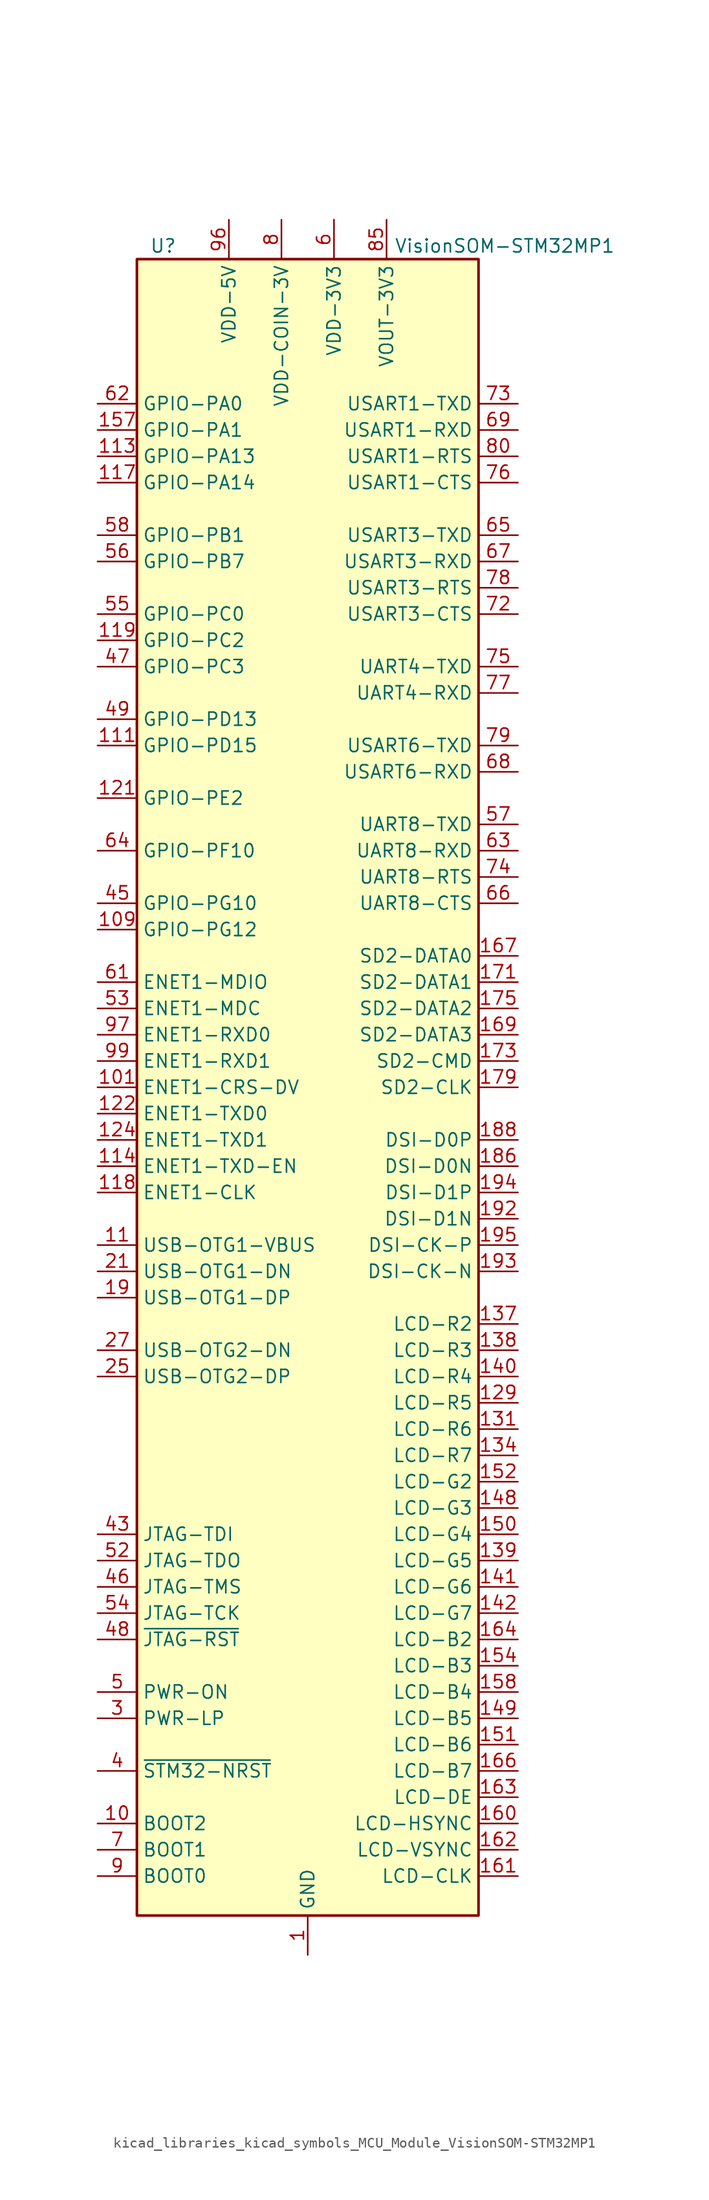
<source format=kicad_sym>
(kicad_symbol_lib
  (version 20220914)
  (generator kicad_symbol_editor)
  (symbol "kicad_libraries_kicad_symbols_MCU_Module_VisionSOM-STM32MP1"
    (property "Reference" "U"
      (at -13.97 81.28 0)
      (effects (font (size 1.27 1.27))))
    (property "Value" "VisionSOM-STM32MP1"
      (at 19.05 81.28 0)
      (effects (font (size 1.27 1.27))))
    (symbol "kicad_libraries_kicad_symbols_MCU_Module_VisionSOM-STM32MP1_0_1"
      (rectangle (start -16.51 80.01) (end 16.51 -80.01) (stroke (width 0.254) (type default)) (fill (type background))))
    (symbol "kicad_libraries_kicad_symbols_MCU_Module_VisionSOM-STM32MP1_1_1"
      (pin power_in line (at 0 -83.82 90) (length 3.81) (name "GND" (effects (font (size 1.27 1.27)))) (number "1" (effects (font (size 1.27 1.27)))))
      (pin input line (at -20.32 -71.12 0) (length 3.81) (name "BOOT2" (effects (font (size 1.27 1.27)))) (number "10" (effects (font (size 1.27 1.27)))))
      (pin passive line (at -7.62 83.82 270) (length 3.81) hide (name "VDD-5V" (effects (font (size 1.27 1.27)))) (number "100" (effects (font (size 1.27 1.27)))))
      (pin bidirectional line (at -20.32 0 0) (length 3.81) (name "ENET1-CRS-DV" (effects (font (size 1.27 1.27)))) (number "101" (effects (font (size 1.27 1.27)))))
      (pin passive line (at -7.62 83.82 270) (length 3.81) hide (name "VDD-5V" (effects (font (size 1.27 1.27)))) (number "102" (effects (font (size 1.27 1.27)))))
      (pin passive line (at 0 -83.82 90) (length 3.81) hide (name "GND" (effects (font (size 1.27 1.27)))) (number "103" (effects (font (size 1.27 1.27)))))
      (pin passive line (at -7.62 83.82 270) (length 3.81) hide (name "VDD-5V" (effects (font (size 1.27 1.27)))) (number "104" (effects (font (size 1.27 1.27)))))
      (pin no_connect line (at 15.24 73.66 180) (length 3.81) hide (name "NC" (effects (font (size 1.27 1.27)))) (number "105" (effects (font (size 1.27 1.27)))))
      (pin passive line (at -7.62 83.82 270) (length 3.81) hide (name "VDD-5V" (effects (font (size 1.27 1.27)))) (number "106" (effects (font (size 1.27 1.27)))))
      (pin passive line (at 0 -83.82 90) (length 3.81) hide (name "GND" (effects (font (size 1.27 1.27)))) (number "107" (effects (font (size 1.27 1.27)))))
      (pin passive line (at -7.62 83.82 270) (length 3.81) hide (name "VDD-5V" (effects (font (size 1.27 1.27)))) (number "108" (effects (font (size 1.27 1.27)))))
      (pin bidirectional line (at -20.32 15.24 0) (length 3.81) (name "GPIO-PG12" (effects (font (size 1.27 1.27)))) (number "109" (effects (font (size 1.27 1.27)))))
      (pin input line (at -20.32 -15.24 0) (length 3.81) (name "USB-OTG1-VBUS" (effects (font (size 1.27 1.27)))) (number "11" (effects (font (size 1.27 1.27)))))
      (pin passive line (at -7.62 83.82 270) (length 3.81) hide (name "VDD-5V" (effects (font (size 1.27 1.27)))) (number "110" (effects (font (size 1.27 1.27)))))
      (pin bidirectional line (at -20.32 33.02 0) (length 3.81) (name "GPIO-PD15" (effects (font (size 1.27 1.27)))) (number "111" (effects (font (size 1.27 1.27)))))
      (pin passive line (at -7.62 83.82 270) (length 3.81) hide (name "VDD-5V" (effects (font (size 1.27 1.27)))) (number "112" (effects (font (size 1.27 1.27)))))
      (pin bidirectional line (at -20.32 60.96 0) (length 3.81) (name "GPIO-PA13" (effects (font (size 1.27 1.27)))) (number "113" (effects (font (size 1.27 1.27)))))
      (pin bidirectional line (at -20.32 -7.62 0) (length 3.81) (name "ENET1-TXD-EN" (effects (font (size 1.27 1.27)))) (number "114" (effects (font (size 1.27 1.27)))))
      (pin passive line (at 0 -83.82 90) (length 3.81) hide (name "GND" (effects (font (size 1.27 1.27)))) (number "115" (effects (font (size 1.27 1.27)))))
      (pin passive line (at 0 -83.82 90) (length 3.81) hide (name "GND" (effects (font (size 1.27 1.27)))) (number "116" (effects (font (size 1.27 1.27)))))
      (pin bidirectional line (at -20.32 58.42 0) (length 3.81) (name "GPIO-PA14" (effects (font (size 1.27 1.27)))) (number "117" (effects (font (size 1.27 1.27)))))
      (pin bidirectional line (at -20.32 -10.16 0) (length 3.81) (name "ENET1-CLK" (effects (font (size 1.27 1.27)))) (number "118" (effects (font (size 1.27 1.27)))))
      (pin bidirectional line (at -20.32 43.18 0) (length 3.81) (name "GPIO-PC2" (effects (font (size 1.27 1.27)))) (number "119" (effects (font (size 1.27 1.27)))))
      (pin no_connect line (at -15.24 73.66 0) (length 3.81) hide (name "NC" (effects (font (size 1.27 1.27)))) (number "12" (effects (font (size 1.27 1.27)))))
      (pin passive line (at 0 -83.82 90) (length 3.81) hide (name "GND" (effects (font (size 1.27 1.27)))) (number "120" (effects (font (size 1.27 1.27)))))
      (pin bidirectional line (at -20.32 27.94 0) (length 3.81) (name "GPIO-PE2" (effects (font (size 1.27 1.27)))) (number "121" (effects (font (size 1.27 1.27)))))
      (pin bidirectional line (at -20.32 -2.54 0) (length 3.81) (name "ENET1-TXD0" (effects (font (size 1.27 1.27)))) (number "122" (effects (font (size 1.27 1.27)))))
      (pin no_connect line (at 15.24 71.12 180) (length 3.81) hide (name "NC" (effects (font (size 1.27 1.27)))) (number "123" (effects (font (size 1.27 1.27)))))
      (pin bidirectional line (at -20.32 -5.08 0) (length 3.81) (name "ENET1-TXD1" (effects (font (size 1.27 1.27)))) (number "124" (effects (font (size 1.27 1.27)))))
      (pin passive line (at 0 -83.82 90) (length 3.81) hide (name "GND" (effects (font (size 1.27 1.27)))) (number "125" (effects (font (size 1.27 1.27)))))
      (pin no_connect line (at 15.24 68.58 180) (length 3.81) hide (name "NC" (effects (font (size 1.27 1.27)))) (number "126" (effects (font (size 1.27 1.27)))))
      (pin passive line (at 0 -83.82 90) (length 3.81) hide (name "GND" (effects (font (size 1.27 1.27)))) (number "127" (effects (font (size 1.27 1.27)))))
      (pin passive line (at 0 -83.82 90) (length 3.81) hide (name "GND" (effects (font (size 1.27 1.27)))) (number "128" (effects (font (size 1.27 1.27)))))
      (pin bidirectional line (at 20.32 -30.48 180) (length 3.81) (name "LCD-R5" (effects (font (size 1.27 1.27)))) (number "129" (effects (font (size 1.27 1.27)))))
      (pin no_connect line (at -15.24 71.12 0) (length 3.81) hide (name "NC" (effects (font (size 1.27 1.27)))) (number "13" (effects (font (size 1.27 1.27)))))
      (pin passive line (at 0 -83.82 90) (length 3.81) hide (name "GND" (effects (font (size 1.27 1.27)))) (number "130" (effects (font (size 1.27 1.27)))))
      (pin bidirectional line (at 20.32 -33.02 180) (length 3.81) (name "LCD-R6" (effects (font (size 1.27 1.27)))) (number "131" (effects (font (size 1.27 1.27)))))
      (pin passive line (at 0 -83.82 90) (length 3.81) hide (name "GND" (effects (font (size 1.27 1.27)))) (number "132" (effects (font (size 1.27 1.27)))))
      (pin passive line (at 0 -83.82 90) (length 3.81) hide (name "GND" (effects (font (size 1.27 1.27)))) (number "133" (effects (font (size 1.27 1.27)))))
      (pin bidirectional line (at 20.32 -35.56 180) (length 3.81) (name "LCD-R7" (effects (font (size 1.27 1.27)))) (number "134" (effects (font (size 1.27 1.27)))))
      (pin passive line (at 0 -83.82 90) (length 3.81) hide (name "GND" (effects (font (size 1.27 1.27)))) (number "135" (effects (font (size 1.27 1.27)))))
      (pin passive line (at 0 -83.82 90) (length 3.81) hide (name "GND" (effects (font (size 1.27 1.27)))) (number "136" (effects (font (size 1.27 1.27)))))
      (pin bidirectional line (at 20.32 -22.86 180) (length 3.81) (name "LCD-R2" (effects (font (size 1.27 1.27)))) (number "137" (effects (font (size 1.27 1.27)))))
      (pin bidirectional line (at 20.32 -25.4 180) (length 3.81) (name "LCD-R3" (effects (font (size 1.27 1.27)))) (number "138" (effects (font (size 1.27 1.27)))))
      (pin bidirectional line (at 20.32 -45.72 180) (length 3.81) (name "LCD-G5" (effects (font (size 1.27 1.27)))) (number "139" (effects (font (size 1.27 1.27)))))
      (pin no_connect line (at -15.24 68.58 0) (length 3.81) hide (name "NC" (effects (font (size 1.27 1.27)))) (number "14" (effects (font (size 1.27 1.27)))))
      (pin bidirectional line (at 20.32 -27.94 180) (length 3.81) (name "LCD-R4" (effects (font (size 1.27 1.27)))) (number "140" (effects (font (size 1.27 1.27)))))
      (pin bidirectional line (at 20.32 -48.26 180) (length 3.81) (name "LCD-G6" (effects (font (size 1.27 1.27)))) (number "141" (effects (font (size 1.27 1.27)))))
      (pin bidirectional line (at 20.32 -50.8 180) (length 3.81) (name "LCD-G7" (effects (font (size 1.27 1.27)))) (number "142" (effects (font (size 1.27 1.27)))))
      (pin passive line (at 0 -83.82 90) (length 3.81) hide (name "GND" (effects (font (size 1.27 1.27)))) (number "143" (effects (font (size 1.27 1.27)))))
      (pin passive line (at 0 -83.82 90) (length 3.81) hide (name "GND" (effects (font (size 1.27 1.27)))) (number "144" (effects (font (size 1.27 1.27)))))
      (pin passive line (at 0 -83.82 90) (length 3.81) hide (name "GND" (effects (font (size 1.27 1.27)))) (number "145" (effects (font (size 1.27 1.27)))))
      (pin passive line (at 0 -83.82 90) (length 3.81) hide (name "GND" (effects (font (size 1.27 1.27)))) (number "146" (effects (font (size 1.27 1.27)))))
      (pin passive line (at 0 -83.82 90) (length 3.81) hide (name "GND" (effects (font (size 1.27 1.27)))) (number "147" (effects (font (size 1.27 1.27)))))
      (pin bidirectional line (at 20.32 -40.64 180) (length 3.81) (name "LCD-G3" (effects (font (size 1.27 1.27)))) (number "148" (effects (font (size 1.27 1.27)))))
      (pin bidirectional line (at 20.32 -60.96 180) (length 3.81) (name "LCD-B5" (effects (font (size 1.27 1.27)))) (number "149" (effects (font (size 1.27 1.27)))))
      (pin passive line (at 0 -83.82 90) (length 3.81) hide (name "GND" (effects (font (size 1.27 1.27)))) (number "15" (effects (font (size 1.27 1.27)))))
      (pin bidirectional line (at 20.32 -43.18 180) (length 3.81) (name "LCD-G4" (effects (font (size 1.27 1.27)))) (number "150" (effects (font (size 1.27 1.27)))))
      (pin bidirectional line (at 20.32 -63.5 180) (length 3.81) (name "LCD-B6" (effects (font (size 1.27 1.27)))) (number "151" (effects (font (size 1.27 1.27)))))
      (pin bidirectional line (at 20.32 -38.1 180) (length 3.81) (name "LCD-G2" (effects (font (size 1.27 1.27)))) (number "152" (effects (font (size 1.27 1.27)))))
      (pin passive line (at 0 -83.82 90) (length 3.81) hide (name "GND" (effects (font (size 1.27 1.27)))) (number "153" (effects (font (size 1.27 1.27)))))
      (pin bidirectional line (at 20.32 -55.88 180) (length 3.81) (name "LCD-B3" (effects (font (size 1.27 1.27)))) (number "154" (effects (font (size 1.27 1.27)))))
      (pin passive line (at 0 -83.82 90) (length 3.81) hide (name "GND" (effects (font (size 1.27 1.27)))) (number "155" (effects (font (size 1.27 1.27)))))
      (pin passive line (at 0 -83.82 90) (length 3.81) hide (name "GND" (effects (font (size 1.27 1.27)))) (number "156" (effects (font (size 1.27 1.27)))))
      (pin bidirectional line (at -20.32 63.5 0) (length 3.81) (name "GPIO-PA1" (effects (font (size 1.27 1.27)))) (number "157" (effects (font (size 1.27 1.27)))))
      (pin bidirectional line (at 20.32 -58.42 180) (length 3.81) (name "LCD-B4" (effects (font (size 1.27 1.27)))) (number "158" (effects (font (size 1.27 1.27)))))
      (pin passive line (at 0 -83.82 90) (length 3.81) hide (name "GND" (effects (font (size 1.27 1.27)))) (number "159" (effects (font (size 1.27 1.27)))))
      (pin no_connect line (at -15.24 55.88 0) (length 3.81) hide (name "NC" (effects (font (size 1.27 1.27)))) (number "16" (effects (font (size 1.27 1.27)))))
      (pin bidirectional line (at 20.32 -71.12 180) (length 3.81) (name "LCD-HSYNC" (effects (font (size 1.27 1.27)))) (number "160" (effects (font (size 1.27 1.27)))))
      (pin bidirectional line (at 20.32 -76.2 180) (length 3.81) (name "LCD-CLK" (effects (font (size 1.27 1.27)))) (number "161" (effects (font (size 1.27 1.27)))))
      (pin bidirectional line (at 20.32 -73.66 180) (length 3.81) (name "LCD-VSYNC" (effects (font (size 1.27 1.27)))) (number "162" (effects (font (size 1.27 1.27)))))
      (pin bidirectional line (at 20.32 -68.58 180) (length 3.81) (name "LCD-DE" (effects (font (size 1.27 1.27)))) (number "163" (effects (font (size 1.27 1.27)))))
      (pin bidirectional line (at 20.32 -53.34 180) (length 3.81) (name "LCD-B2" (effects (font (size 1.27 1.27)))) (number "164" (effects (font (size 1.27 1.27)))))
      (pin passive line (at 0 -83.82 90) (length 3.81) hide (name "GND" (effects (font (size 1.27 1.27)))) (number "165" (effects (font (size 1.27 1.27)))))
      (pin bidirectional line (at 20.32 -66.04 180) (length 3.81) (name "LCD-B7" (effects (font (size 1.27 1.27)))) (number "166" (effects (font (size 1.27 1.27)))))
      (pin bidirectional line (at 20.32 12.7 180) (length 3.81) (name "SD2-DATA0" (effects (font (size 1.27 1.27)))) (number "167" (effects (font (size 1.27 1.27)))))
      (pin passive line (at 0 -83.82 90) (length 3.81) hide (name "GND" (effects (font (size 1.27 1.27)))) (number "168" (effects (font (size 1.27 1.27)))))
      (pin bidirectional line (at 20.32 5.08 180) (length 3.81) (name "SD2-DATA3" (effects (font (size 1.27 1.27)))) (number "169" (effects (font (size 1.27 1.27)))))
      (pin passive line (at 0 -83.82 90) (length 3.81) hide (name "GND" (effects (font (size 1.27 1.27)))) (number "17" (effects (font (size 1.27 1.27)))))
      (pin passive line (at 0 -83.82 90) (length 3.81) hide (name "GND" (effects (font (size 1.27 1.27)))) (number "170" (effects (font (size 1.27 1.27)))))
      (pin bidirectional line (at 20.32 10.16 180) (length 3.81) (name "SD2-DATA1" (effects (font (size 1.27 1.27)))) (number "171" (effects (font (size 1.27 1.27)))))
      (pin passive line (at 0 -83.82 90) (length 3.81) hide (name "GND" (effects (font (size 1.27 1.27)))) (number "172" (effects (font (size 1.27 1.27)))))
      (pin bidirectional line (at 20.32 2.54 180) (length 3.81) (name "SD2-CMD" (effects (font (size 1.27 1.27)))) (number "173" (effects (font (size 1.27 1.27)))))
      (pin passive line (at 0 -83.82 90) (length 3.81) hide (name "GND" (effects (font (size 1.27 1.27)))) (number "174" (effects (font (size 1.27 1.27)))))
      (pin bidirectional line (at 20.32 7.62 180) (length 3.81) (name "SD2-DATA2" (effects (font (size 1.27 1.27)))) (number "175" (effects (font (size 1.27 1.27)))))
      (pin passive line (at 0 -83.82 90) (length 3.81) hide (name "GND" (effects (font (size 1.27 1.27)))) (number "176" (effects (font (size 1.27 1.27)))))
      (pin passive line (at 0 -83.82 90) (length 3.81) hide (name "GND" (effects (font (size 1.27 1.27)))) (number "177" (effects (font (size 1.27 1.27)))))
      (pin passive line (at 0 -83.82 90) (length 3.81) hide (name "GND" (effects (font (size 1.27 1.27)))) (number "178" (effects (font (size 1.27 1.27)))))
      (pin bidirectional line (at 20.32 0 180) (length 3.81) (name "SD2-CLK" (effects (font (size 1.27 1.27)))) (number "179" (effects (font (size 1.27 1.27)))))
      (pin no_connect line (at -15.24 48.26 0) (length 3.81) hide (name "NC" (effects (font (size 1.27 1.27)))) (number "18" (effects (font (size 1.27 1.27)))))
      (pin passive line (at 0 -83.82 90) (length 3.81) hide (name "GND" (effects (font (size 1.27 1.27)))) (number "180" (effects (font (size 1.27 1.27)))))
      (pin passive line (at 0 -83.82 90) (length 3.81) hide (name "GND" (effects (font (size 1.27 1.27)))) (number "181" (effects (font (size 1.27 1.27)))))
      (pin passive line (at 0 -83.82 90) (length 3.81) hide (name "GND" (effects (font (size 1.27 1.27)))) (number "182" (effects (font (size 1.27 1.27)))))
      (pin no_connect line (at 15.24 55.88 180) (length 3.81) hide (name "NC" (effects (font (size 1.27 1.27)))) (number "183" (effects (font (size 1.27 1.27)))))
      (pin passive line (at 0 -83.82 90) (length 3.81) hide (name "GND" (effects (font (size 1.27 1.27)))) (number "184" (effects (font (size 1.27 1.27)))))
      (pin passive line (at 0 -83.82 90) (length 3.81) hide (name "GND" (effects (font (size 1.27 1.27)))) (number "185" (effects (font (size 1.27 1.27)))))
      (pin bidirectional line (at 20.32 -7.62 180) (length 3.81) (name "DSI-D0N" (effects (font (size 1.27 1.27)))) (number "186" (effects (font (size 1.27 1.27)))))
      (pin no_connect line (at 15.24 43.18 180) (length 3.81) hide (name "NC" (effects (font (size 1.27 1.27)))) (number "187" (effects (font (size 1.27 1.27)))))
      (pin bidirectional line (at 20.32 -5.08 180) (length 3.81) (name "DSI-D0P" (effects (font (size 1.27 1.27)))) (number "188" (effects (font (size 1.27 1.27)))))
      (pin passive line (at 0 -83.82 90) (length 3.81) hide (name "GND" (effects (font (size 1.27 1.27)))) (number "189" (effects (font (size 1.27 1.27)))))
      (pin bidirectional line (at -20.32 -20.32 0) (length 3.81) (name "USB-OTG1-DP" (effects (font (size 1.27 1.27)))) (number "19" (effects (font (size 1.27 1.27)))))
      (pin no_connect line (at 15.24 35.56 180) (length 3.81) hide (name "NC" (effects (font (size 1.27 1.27)))) (number "190" (effects (font (size 1.27 1.27)))))
      (pin no_connect line (at 15.24 27.94 180) (length 3.81) hide (name "NC" (effects (font (size 1.27 1.27)))) (number "191" (effects (font (size 1.27 1.27)))))
      (pin bidirectional line (at 20.32 -12.7 180) (length 3.81) (name "DSI-D1N" (effects (font (size 1.27 1.27)))) (number "192" (effects (font (size 1.27 1.27)))))
      (pin bidirectional line (at 20.32 -17.78 180) (length 3.81) (name "DSI-CK-N" (effects (font (size 1.27 1.27)))) (number "193" (effects (font (size 1.27 1.27)))))
      (pin bidirectional line (at 20.32 -10.16 180) (length 3.81) (name "DSI-D1P" (effects (font (size 1.27 1.27)))) (number "194" (effects (font (size 1.27 1.27)))))
      (pin bidirectional line (at 20.32 -15.24 180) (length 3.81) (name "DSI-CK-P" (effects (font (size 1.27 1.27)))) (number "195" (effects (font (size 1.27 1.27)))))
      (pin no_connect line (at 15.24 15.24 180) (length 3.81) hide (name "NC" (effects (font (size 1.27 1.27)))) (number "196" (effects (font (size 1.27 1.27)))))
      (pin no_connect line (at 15.24 -2.54 180) (length 3.81) hide (name "NC" (effects (font (size 1.27 1.27)))) (number "197" (effects (font (size 1.27 1.27)))))
      (pin no_connect line (at 15.24 -20.32 180) (length 3.81) hide (name "NC" (effects (font (size 1.27 1.27)))) (number "198" (effects (font (size 1.27 1.27)))))
      (pin passive line (at 0 -83.82 90) (length 3.81) hide (name "GND" (effects (font (size 1.27 1.27)))) (number "199" (effects (font (size 1.27 1.27)))))
      (pin passive line (at 0 -83.82 90) (length 3.81) hide (name "GND" (effects (font (size 1.27 1.27)))) (number "2" (effects (font (size 1.27 1.27)))))
      (pin passive line (at 0 -83.82 90) (length 3.81) hide (name "GND" (effects (font (size 1.27 1.27)))) (number "20" (effects (font (size 1.27 1.27)))))
      (pin passive line (at 0 -83.82 90) (length 3.81) hide (name "GND" (effects (font (size 1.27 1.27)))) (number "200" (effects (font (size 1.27 1.27)))))
      (pin bidirectional line (at -20.32 -17.78 0) (length 3.81) (name "USB-OTG1-DN" (effects (font (size 1.27 1.27)))) (number "21" (effects (font (size 1.27 1.27)))))
      (pin passive line (at 0 -83.82 90) (length 3.81) hide (name "GND" (effects (font (size 1.27 1.27)))) (number "22" (effects (font (size 1.27 1.27)))))
      (pin passive line (at 0 -83.82 90) (length 3.81) hide (name "GND" (effects (font (size 1.27 1.27)))) (number "23" (effects (font (size 1.27 1.27)))))
      (pin no_connect line (at -15.24 38.1 0) (length 3.81) hide (name "NC" (effects (font (size 1.27 1.27)))) (number "24" (effects (font (size 1.27 1.27)))))
      (pin bidirectional line (at -20.32 -27.94 0) (length 3.81) (name "USB-OTG2-DP" (effects (font (size 1.27 1.27)))) (number "25" (effects (font (size 1.27 1.27)))))
      (pin passive line (at 0 -83.82 90) (length 3.81) hide (name "GND" (effects (font (size 1.27 1.27)))) (number "26" (effects (font (size 1.27 1.27)))))
      (pin bidirectional line (at -20.32 -25.4 0) (length 3.81) (name "USB-OTG2-DN" (effects (font (size 1.27 1.27)))) (number "27" (effects (font (size 1.27 1.27)))))
      (pin passive line (at 0 -83.82 90) (length 3.81) hide (name "GND" (effects (font (size 1.27 1.27)))) (number "28" (effects (font (size 1.27 1.27)))))
      (pin passive line (at 0 -83.82 90) (length 3.81) hide (name "GND" (effects (font (size 1.27 1.27)))) (number "29" (effects (font (size 1.27 1.27)))))
      (pin output line (at -20.32 -60.96 0) (length 3.81) (name "PWR-LP" (effects (font (size 1.27 1.27)))) (number "3" (effects (font (size 1.27 1.27)))))
      (pin no_connect line (at -15.24 30.48 0) (length 3.81) hide (name "NC" (effects (font (size 1.27 1.27)))) (number "30" (effects (font (size 1.27 1.27)))))
      (pin no_connect line (at -15.24 25.4 0) (length 3.81) hide (name "NC" (effects (font (size 1.27 1.27)))) (number "31" (effects (font (size 1.27 1.27)))))
      (pin no_connect line (at -15.24 20.32 0) (length 3.81) hide (name "NC" (effects (font (size 1.27 1.27)))) (number "32" (effects (font (size 1.27 1.27)))))
      (pin no_connect line (at -15.24 12.7 0) (length 3.81) hide (name "NC" (effects (font (size 1.27 1.27)))) (number "33" (effects (font (size 1.27 1.27)))))
      (pin no_connect line (at -15.24 -12.7 0) (length 3.81) hide (name "NC" (effects (font (size 1.27 1.27)))) (number "34" (effects (font (size 1.27 1.27)))))
      (pin passive line (at 0 -83.82 90) (length 3.81) hide (name "GND" (effects (font (size 1.27 1.27)))) (number "35" (effects (font (size 1.27 1.27)))))
      (pin no_connect line (at -15.24 -22.86 0) (length 3.81) hide (name "NC" (effects (font (size 1.27 1.27)))) (number "36" (effects (font (size 1.27 1.27)))))
      (pin no_connect line (at -15.24 -30.48 0) (length 3.81) hide (name "NC" (effects (font (size 1.27 1.27)))) (number "37" (effects (font (size 1.27 1.27)))))
      (pin passive line (at 0 -83.82 90) (length 3.81) hide (name "GND" (effects (font (size 1.27 1.27)))) (number "38" (effects (font (size 1.27 1.27)))))
      (pin no_connect line (at -15.24 -33.02 0) (length 3.81) hide (name "NC" (effects (font (size 1.27 1.27)))) (number "39" (effects (font (size 1.27 1.27)))))
      (pin input line (at -20.32 -66.04 0) (length 3.81) (name "~{STM32-NRST}" (effects (font (size 1.27 1.27)))) (number "4" (effects (font (size 1.27 1.27)))))
      (pin passive line (at 0 -83.82 90) (length 3.81) hide (name "GND" (effects (font (size 1.27 1.27)))) (number "40" (effects (font (size 1.27 1.27)))))
      (pin passive line (at 0 -83.82 90) (length 3.81) hide (name "GND" (effects (font (size 1.27 1.27)))) (number "41" (effects (font (size 1.27 1.27)))))
      (pin no_connect line (at -15.24 -35.56 0) (length 3.81) hide (name "NC" (effects (font (size 1.27 1.27)))) (number "42" (effects (font (size 1.27 1.27)))))
      (pin bidirectional line (at -20.32 -43.18 0) (length 3.81) (name "JTAG-TDI" (effects (font (size 1.27 1.27)))) (number "43" (effects (font (size 1.27 1.27)))))
      (pin no_connect line (at -15.24 -38.1 0) (length 3.81) hide (name "NC" (effects (font (size 1.27 1.27)))) (number "44" (effects (font (size 1.27 1.27)))))
      (pin bidirectional line (at -20.32 17.78 0) (length 3.81) (name "GPIO-PG10" (effects (font (size 1.27 1.27)))) (number "45" (effects (font (size 1.27 1.27)))))
      (pin bidirectional line (at -20.32 -48.26 0) (length 3.81) (name "JTAG-TMS" (effects (font (size 1.27 1.27)))) (number "46" (effects (font (size 1.27 1.27)))))
      (pin bidirectional line (at -20.32 40.64 0) (length 3.81) (name "GPIO-PC3" (effects (font (size 1.27 1.27)))) (number "47" (effects (font (size 1.27 1.27)))))
      (pin bidirectional line (at -20.32 -53.34 0) (length 3.81) (name "~{JTAG-RST}" (effects (font (size 1.27 1.27)))) (number "48" (effects (font (size 1.27 1.27)))))
      (pin bidirectional line (at -20.32 35.56 0) (length 3.81) (name "GPIO-PD13" (effects (font (size 1.27 1.27)))) (number "49" (effects (font (size 1.27 1.27)))))
      (pin output line (at -20.32 -58.42 0) (length 3.81) (name "PWR-ON" (effects (font (size 1.27 1.27)))) (number "5" (effects (font (size 1.27 1.27)))))
      (pin passive line (at 0 -83.82 90) (length 3.81) hide (name "GND" (effects (font (size 1.27 1.27)))) (number "50" (effects (font (size 1.27 1.27)))))
      (pin passive line (at 0 -83.82 90) (length 3.81) hide (name "GND" (effects (font (size 1.27 1.27)))) (number "51" (effects (font (size 1.27 1.27)))))
      (pin bidirectional line (at -20.32 -45.72 0) (length 3.81) (name "JTAG-TDO" (effects (font (size 1.27 1.27)))) (number "52" (effects (font (size 1.27 1.27)))))
      (pin bidirectional line (at -20.32 7.62 0) (length 3.81) (name "ENET1-MDC" (effects (font (size 1.27 1.27)))) (number "53" (effects (font (size 1.27 1.27)))))
      (pin bidirectional line (at -20.32 -50.8 0) (length 3.81) (name "JTAG-TCK" (effects (font (size 1.27 1.27)))) (number "54" (effects (font (size 1.27 1.27)))))
      (pin bidirectional line (at -20.32 45.72 0) (length 3.81) (name "GPIO-PC0" (effects (font (size 1.27 1.27)))) (number "55" (effects (font (size 1.27 1.27)))))
      (pin bidirectional line (at -20.32 50.8 0) (length 3.81) (name "GPIO-PB7" (effects (font (size 1.27 1.27)))) (number "56" (effects (font (size 1.27 1.27)))))
      (pin bidirectional line (at 20.32 25.4 180) (length 3.81) (name "UART8-TXD" (effects (font (size 1.27 1.27)))) (number "57" (effects (font (size 1.27 1.27)))))
      (pin bidirectional line (at -20.32 53.34 0) (length 3.81) (name "GPIO-PB1" (effects (font (size 1.27 1.27)))) (number "58" (effects (font (size 1.27 1.27)))))
      (pin passive line (at 0 -83.82 90) (length 3.81) hide (name "GND" (effects (font (size 1.27 1.27)))) (number "59" (effects (font (size 1.27 1.27)))))
      (pin power_in line (at 2.54 83.82 270) (length 3.81) (name "VDD-3V3" (effects (font (size 1.27 1.27)))) (number "6" (effects (font (size 1.27 1.27)))))
      (pin passive line (at 0 -83.82 90) (length 3.81) hide (name "GND" (effects (font (size 1.27 1.27)))) (number "60" (effects (font (size 1.27 1.27)))))
      (pin bidirectional line (at -20.32 10.16 0) (length 3.81) (name "ENET1-MDIO" (effects (font (size 1.27 1.27)))) (number "61" (effects (font (size 1.27 1.27)))))
      (pin bidirectional line (at -20.32 66.04 0) (length 3.81) (name "GPIO-PA0" (effects (font (size 1.27 1.27)))) (number "62" (effects (font (size 1.27 1.27)))))
      (pin bidirectional line (at 20.32 22.86 180) (length 3.81) (name "UART8-RXD" (effects (font (size 1.27 1.27)))) (number "63" (effects (font (size 1.27 1.27)))))
      (pin bidirectional line (at -20.32 22.86 0) (length 3.81) (name "GPIO-PF10" (effects (font (size 1.27 1.27)))) (number "64" (effects (font (size 1.27 1.27)))))
      (pin bidirectional line (at 20.32 53.34 180) (length 3.81) (name "USART3-TXD" (effects (font (size 1.27 1.27)))) (number "65" (effects (font (size 1.27 1.27)))))
      (pin bidirectional line (at 20.32 17.78 180) (length 3.81) (name "UART8-CTS" (effects (font (size 1.27 1.27)))) (number "66" (effects (font (size 1.27 1.27)))))
      (pin bidirectional line (at 20.32 50.8 180) (length 3.81) (name "USART3-RXD" (effects (font (size 1.27 1.27)))) (number "67" (effects (font (size 1.27 1.27)))))
      (pin bidirectional line (at 20.32 30.48 180) (length 3.81) (name "USART6-RXD" (effects (font (size 1.27 1.27)))) (number "68" (effects (font (size 1.27 1.27)))))
      (pin bidirectional line (at 20.32 63.5 180) (length 3.81) (name "USART1-RXD" (effects (font (size 1.27 1.27)))) (number "69" (effects (font (size 1.27 1.27)))))
      (pin input line (at -20.32 -73.66 0) (length 3.81) (name "BOOT1" (effects (font (size 1.27 1.27)))) (number "7" (effects (font (size 1.27 1.27)))))
      (pin passive line (at 0 -83.82 90) (length 3.81) hide (name "GND" (effects (font (size 1.27 1.27)))) (number "70" (effects (font (size 1.27 1.27)))))
      (pin passive line (at 0 -83.82 90) (length 3.81) hide (name "GND" (effects (font (size 1.27 1.27)))) (number "71" (effects (font (size 1.27 1.27)))))
      (pin bidirectional line (at 20.32 45.72 180) (length 3.81) (name "USART3-CTS" (effects (font (size 1.27 1.27)))) (number "72" (effects (font (size 1.27 1.27)))))
      (pin bidirectional line (at 20.32 66.04 180) (length 3.81) (name "USART1-TXD" (effects (font (size 1.27 1.27)))) (number "73" (effects (font (size 1.27 1.27)))))
      (pin bidirectional line (at 20.32 20.32 180) (length 3.81) (name "UART8-RTS" (effects (font (size 1.27 1.27)))) (number "74" (effects (font (size 1.27 1.27)))))
      (pin bidirectional line (at 20.32 40.64 180) (length 3.81) (name "UART4-TXD" (effects (font (size 1.27 1.27)))) (number "75" (effects (font (size 1.27 1.27)))))
      (pin bidirectional line (at 20.32 58.42 180) (length 3.81) (name "USART1-CTS" (effects (font (size 1.27 1.27)))) (number "76" (effects (font (size 1.27 1.27)))))
      (pin bidirectional line (at 20.32 38.1 180) (length 3.81) (name "UART4-RXD" (effects (font (size 1.27 1.27)))) (number "77" (effects (font (size 1.27 1.27)))))
      (pin bidirectional line (at 20.32 48.26 180) (length 3.81) (name "USART3-RTS" (effects (font (size 1.27 1.27)))) (number "78" (effects (font (size 1.27 1.27)))))
      (pin bidirectional line (at 20.32 33.02 180) (length 3.81) (name "USART6-TXD" (effects (font (size 1.27 1.27)))) (number "79" (effects (font (size 1.27 1.27)))))
      (pin power_in line (at -2.54 83.82 270) (length 3.81) (name "VDD-COIN-3V" (effects (font (size 1.27 1.27)))) (number "8" (effects (font (size 1.27 1.27)))))
      (pin bidirectional line (at 20.32 60.96 180) (length 3.81) (name "USART1-RTS" (effects (font (size 1.27 1.27)))) (number "80" (effects (font (size 1.27 1.27)))))
      (pin passive line (at 0 -83.82 90) (length 3.81) hide (name "GND" (effects (font (size 1.27 1.27)))) (number "81" (effects (font (size 1.27 1.27)))))
      (pin passive line (at 0 -83.82 90) (length 3.81) hide (name "GND" (effects (font (size 1.27 1.27)))) (number "82" (effects (font (size 1.27 1.27)))))
      (pin no_connect line (at -15.24 -40.64 0) (length 3.81) hide (name "NC" (effects (font (size 1.27 1.27)))) (number "83" (effects (font (size 1.27 1.27)))))
      (pin passive line (at 0 -83.82 90) (length 3.81) hide (name "GND" (effects (font (size 1.27 1.27)))) (number "84" (effects (font (size 1.27 1.27)))))
      (pin power_out line (at 7.62 83.82 270) (length 3.81) (name "VOUT-3V3" (effects (font (size 1.27 1.27)))) (number "85" (effects (font (size 1.27 1.27)))))
      (pin no_connect line (at -15.24 -55.88 0) (length 3.81) hide (name "NC" (effects (font (size 1.27 1.27)))) (number "86" (effects (font (size 1.27 1.27)))))
      (pin passive line (at 7.62 83.82 270) (length 3.81) hide (name "VOUT-3V3" (effects (font (size 1.27 1.27)))) (number "87" (effects (font (size 1.27 1.27)))))
      (pin passive line (at 7.62 83.82 270) (length 3.81) hide (name "VOUT-3V3" (effects (font (size 1.27 1.27)))) (number "88" (effects (font (size 1.27 1.27)))))
      (pin passive line (at 7.62 83.82 270) (length 3.81) hide (name "VOUT-3V3" (effects (font (size 1.27 1.27)))) (number "89" (effects (font (size 1.27 1.27)))))
      (pin input line (at -20.32 -76.2 0) (length 3.81) (name "BOOT0" (effects (font (size 1.27 1.27)))) (number "9" (effects (font (size 1.27 1.27)))))
      (pin passive line (at 7.62 83.82 270) (length 3.81) hide (name "VOUT-3V3" (effects (font (size 1.27 1.27)))) (number "90" (effects (font (size 1.27 1.27)))))
      (pin passive line (at 7.62 83.82 270) (length 3.81) hide (name "VOUT-3V3" (effects (font (size 1.27 1.27)))) (number "91" (effects (font (size 1.27 1.27)))))
      (pin passive line (at 7.62 83.82 270) (length 3.81) hide (name "VOUT-3V3" (effects (font (size 1.27 1.27)))) (number "92" (effects (font (size 1.27 1.27)))))
      (pin passive line (at 7.62 83.82 270) (length 3.81) hide (name "VOUT-3V3" (effects (font (size 1.27 1.27)))) (number "93" (effects (font (size 1.27 1.27)))))
      (pin no_connect line (at -15.24 -63.5 0) (length 3.81) hide (name "NC" (effects (font (size 1.27 1.27)))) (number "94" (effects (font (size 1.27 1.27)))))
      (pin no_connect line (at -15.24 -68.58 0) (length 3.81) hide (name "NC" (effects (font (size 1.27 1.27)))) (number "95" (effects (font (size 1.27 1.27)))))
      (pin power_in line (at -7.62 83.82 270) (length 3.81) (name "VDD-5V" (effects (font (size 1.27 1.27)))) (number "96" (effects (font (size 1.27 1.27)))))
      (pin bidirectional line (at -20.32 5.08 0) (length 3.81) (name "ENET1-RXD0" (effects (font (size 1.27 1.27)))) (number "97" (effects (font (size 1.27 1.27)))))
      (pin passive line (at -7.62 83.82 270) (length 3.81) hide (name "VDD-5V" (effects (font (size 1.27 1.27)))) (number "98" (effects (font (size 1.27 1.27)))))
      (pin bidirectional line (at -20.32 2.54 0) (length 3.81) (name "ENET1-RXD1" (effects (font (size 1.27 1.27)))) (number "99" (effects (font (size 1.27 1.27))))))))
</source>
